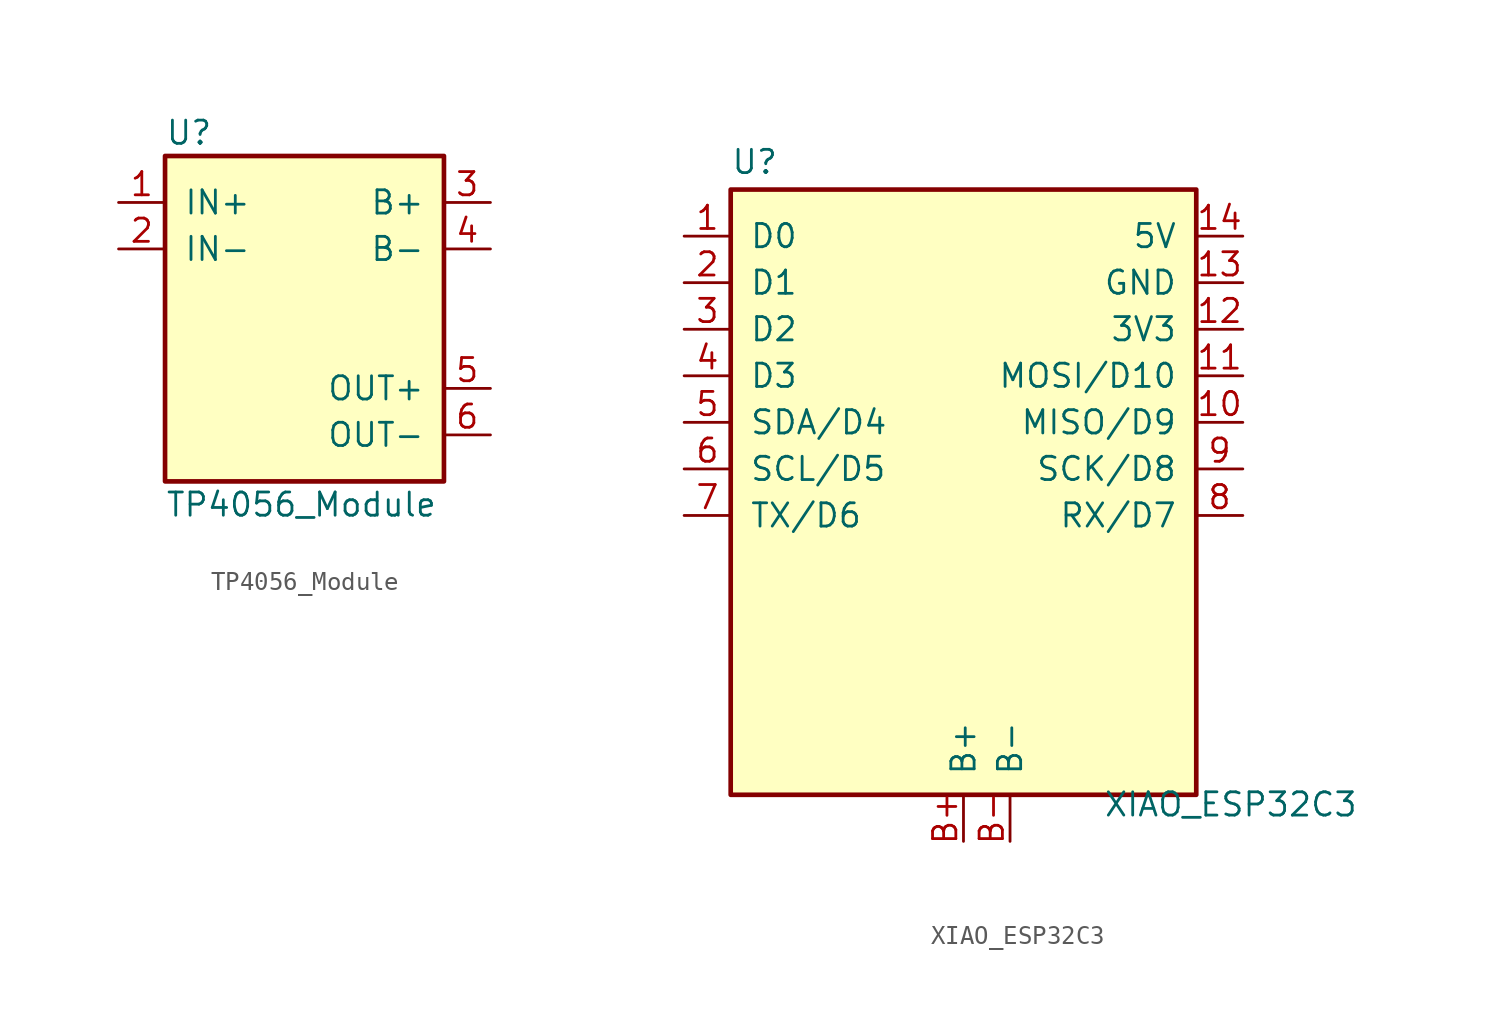
<source format=kicad_sym>
(kicad_symbol_lib
  (version 20231120)
  (generator "claude_symbol_gen")
  (generator_version "1.0")
  (symbol "TP4056_Module"
    (pin_names
      (offset 1.016))
    (property "Reference" "U"
      (at -7.62 10.16 0)
      (effects (font (size 1.27 1.27)) (justify left)))
    (property "Value" "TP4056_Module"
      (at -7.62 -10.16 0)
      (effects (font (size 1.27 1.27)) (justify left)))
    (symbol "TP4056_Module_0_1"
      (rectangle (start -7.62 8.89) (end 7.62 -8.89) (stroke (width 0.254) (type default)) (fill (type background))))
    (symbol "TP4056_Module_1_1"
      (pin power_in line (at -10.16 6.35 0) (length 2.54) (name "IN+" (effects (font (size 1.27 1.27)))) (number "1" (effects (font (size 1.27 1.27)))))
      (pin power_in line (at -10.16 3.81 0) (length 2.54) (name "IN-" (effects (font (size 1.27 1.27)))) (number "2" (effects (font (size 1.27 1.27)))))
      (pin power_out line (at 10.16 6.35 180) (length 2.54) (name "B+" (effects (font (size 1.27 1.27)))) (number "3" (effects (font (size 1.27 1.27)))))
      (pin power_out line (at 10.16 3.81 180) (length 2.54) (name "B-" (effects (font (size 1.27 1.27)))) (number "4" (effects (font (size 1.27 1.27)))))
      (pin power_out line (at 10.16 -3.81 180) (length 2.54) (name "OUT+" (effects (font (size 1.27 1.27)))) (number "5" (effects (font (size 1.27 1.27)))))
      (pin power_out line (at 10.16 -6.35 180) (length 2.54) (name "OUT-" (effects (font (size 1.27 1.27)))) (number "6" (effects (font (size 1.27 1.27)))))))
  (symbol "XIAO_ESP32C3"
    (pin_names
      (offset 1.016))
    (property "Reference" "U"
      (at -12.7 16.002 0)
      (effects (font (size 1.27 1.27)) (justify left bottom)))
    (property "Value" "XIAO_ESP32C3"
      (at 7.62 -19.05 0)
      (effects (font (size 1.27 1.27)) (justify left bottom)))
    (symbol "XIAO_ESP32C3_0_1"
      (rectangle (start -12.7 15.24) (end 12.7 -17.78) (stroke (width 0.254) (type default)) (fill (type background))))
    (symbol "XIAO_ESP32C3_1_1"
      (pin bidirectional line (at -15.24 12.7 0) (length 2.54) (name "D0" (effects (font (size 1.27 1.27)))) (number "1" (effects (font (size 1.27 1.27)))))
      (pin bidirectional line (at -15.24 10.16 0) (length 2.54) (name "D1" (effects (font (size 1.27 1.27)))) (number "2" (effects (font (size 1.27 1.27)))))
      (pin bidirectional line (at -15.24 7.62 0) (length 2.54) (name "D2" (effects (font (size 1.27 1.27)))) (number "3" (effects (font (size 1.27 1.27)))))
      (pin bidirectional line (at -15.24 5.08 0) (length 2.54) (name "D3" (effects (font (size 1.27 1.27)))) (number "4" (effects (font (size 1.27 1.27)))))
      (pin bidirectional line (at -15.24 2.54 0) (length 2.54) (name "SDA/D4" (effects (font (size 1.27 1.27)))) (number "5" (effects (font (size 1.27 1.27)))))
      (pin bidirectional line (at -15.24 0 0) (length 2.54) (name "SCL/D5" (effects (font (size 1.27 1.27)))) (number "6" (effects (font (size 1.27 1.27)))))
      (pin bidirectional line (at -15.24 -2.54 0) (length 2.54) (name "TX/D6" (effects (font (size 1.27 1.27)))) (number "7" (effects (font (size 1.27 1.27)))))
      (pin bidirectional line (at 15.24 -2.54 180) (length 2.54) (name "RX/D7" (effects (font (size 1.27 1.27)))) (number "8" (effects (font (size 1.27 1.27)))))
      (pin bidirectional line (at 15.24 0 180) (length 2.54) (name "SCK/D8" (effects (font (size 1.27 1.27)))) (number "9" (effects (font (size 1.27 1.27)))))
      (pin bidirectional line (at 15.24 2.54 180) (length 2.54) (name "MISO/D9" (effects (font (size 1.27 1.27)))) (number "10" (effects (font (size 1.27 1.27)))))
      (pin bidirectional line (at 15.24 5.08 180) (length 2.54) (name "MOSI/D10" (effects (font (size 1.27 1.27)))) (number "11" (effects (font (size 1.27 1.27)))))
      (pin power_out line (at 15.24 7.62 180) (length 2.54) (name "3V3" (effects (font (size 1.27 1.27)))) (number "12" (effects (font (size 1.27 1.27)))))
      (pin power_in line (at 15.24 10.16 180) (length 2.54) (name "GND" (effects (font (size 1.27 1.27)))) (number "13" (effects (font (size 1.27 1.27)))))
      (pin power_in line (at 15.24 12.7 180) (length 2.54) (name "5V" (effects (font (size 1.27 1.27)))) (number "14" (effects (font (size 1.27 1.27)))))
      (pin power_in line (at 0 -20.32 90) (length 2.54) (name "B+" (effects (font (size 1.27 1.27)))) (number "B+" (effects (font (size 1.27 1.27)))))
      (pin power_in line (at 2.54 -20.32 90) (length 2.54) (name "B-" (effects (font (size 1.27 1.27)))) (number "B-" (effects (font (size 1.27 1.27))))))))
</source>
